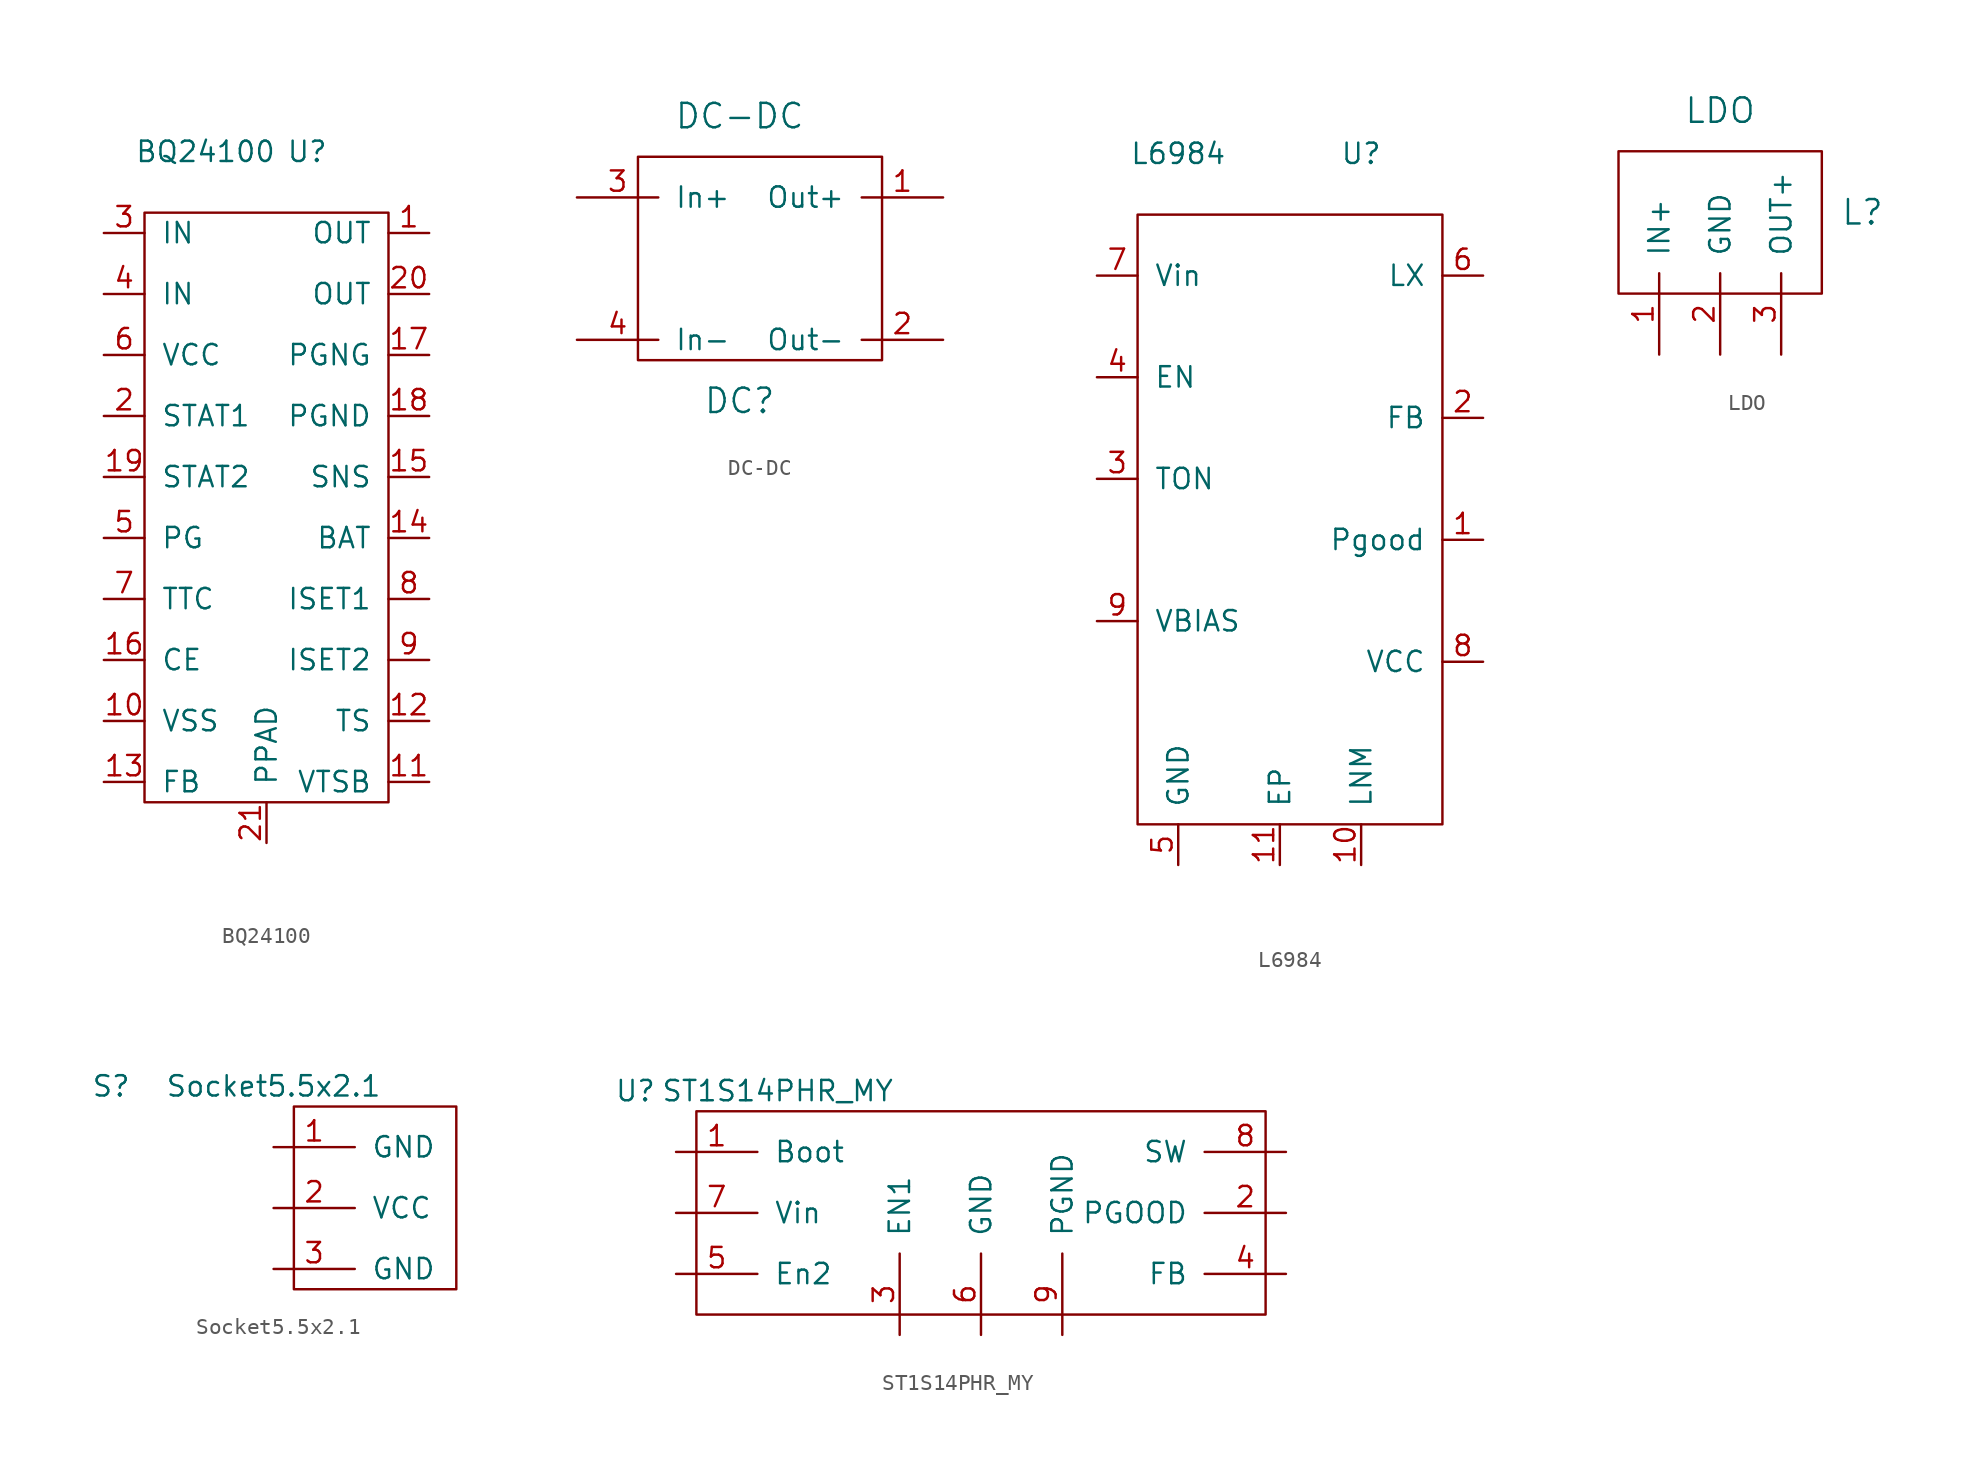
<source format=kicad_sym>
(kicad_symbol_lib
  (version 20211014)
  (generator kicad_symbol_editor)
  (symbol "BQ24100"
    (pin_names
      (offset 1.016))
    (property "Reference" "U"
      (at 1.27 22.86 0)
      (effects (font (size 1.27 1.27))))
    (property "Value" "BQ24100"
      (at -5.08 22.86 0)
      (effects (font (size 1.27 1.27))))
    (symbol "BQ24100_0_1"
      (rectangle (start -8.89 19.05) (end 6.35 -17.78) (stroke (width 0) (type default) (color 0 0 0 0)) (fill (type none))))
    (symbol "BQ24100_1_1"
      (pin input line (at 8.89 17.78 180) (length 2.54) (name "OUT" (effects (font (size 1.27 1.27)))) (number "1" (effects (font (size 1.27 1.27)))))
      (pin input line (at -11.43 -12.7 0) (length 2.54) (name "VSS" (effects (font (size 1.27 1.27)))) (number "10" (effects (font (size 1.27 1.27)))))
      (pin input line (at 8.89 -16.51 180) (length 2.54) (name "VTSB" (effects (font (size 1.27 1.27)))) (number "11" (effects (font (size 1.27 1.27)))))
      (pin input line (at 8.89 -12.7 180) (length 2.54) (name "TS" (effects (font (size 1.27 1.27)))) (number "12" (effects (font (size 1.27 1.27)))))
      (pin input line (at -11.43 -16.51 0) (length 2.54) (name "FB" (effects (font (size 1.27 1.27)))) (number "13" (effects (font (size 1.27 1.27)))))
      (pin input line (at 8.89 -1.27 180) (length 2.54) (name "BAT" (effects (font (size 1.27 1.27)))) (number "14" (effects (font (size 1.27 1.27)))))
      (pin input line (at 8.89 2.54 180) (length 2.54) (name "SNS" (effects (font (size 1.27 1.27)))) (number "15" (effects (font (size 1.27 1.27)))))
      (pin input line (at -11.43 -8.89 0) (length 2.54) (name "CE" (effects (font (size 1.27 1.27)))) (number "16" (effects (font (size 1.27 1.27)))))
      (pin input line (at 8.89 10.16 180) (length 2.54) (name "PGNG" (effects (font (size 1.27 1.27)))) (number "17" (effects (font (size 1.27 1.27)))))
      (pin input line (at 8.89 6.35 180) (length 2.54) (name "PGND" (effects (font (size 1.27 1.27)))) (number "18" (effects (font (size 1.27 1.27)))))
      (pin input line (at -11.43 2.54 0) (length 2.54) (name "STAT2" (effects (font (size 1.27 1.27)))) (number "19" (effects (font (size 1.27 1.27)))))
      (pin input line (at -11.43 6.35 0) (length 2.54) (name "STAT1" (effects (font (size 1.27 1.27)))) (number "2" (effects (font (size 1.27 1.27)))))
      (pin input line (at 8.89 13.97 180) (length 2.54) (name "OUT" (effects (font (size 1.27 1.27)))) (number "20" (effects (font (size 1.27 1.27)))))
      (pin input line (at -1.27 -20.32 90) (length 2.54) (name "PPAD" (effects (font (size 1.27 1.27)))) (number "21" (effects (font (size 1.27 1.27)))))
      (pin input line (at -11.43 17.78 0) (length 2.54) (name "IN" (effects (font (size 1.27 1.27)))) (number "3" (effects (font (size 1.27 1.27)))))
      (pin input line (at -11.43 13.97 0) (length 2.54) (name "IN" (effects (font (size 1.27 1.27)))) (number "4" (effects (font (size 1.27 1.27)))))
      (pin input line (at -11.43 -1.27 0) (length 2.54) (name "PG" (effects (font (size 1.27 1.27)))) (number "5" (effects (font (size 1.27 1.27)))))
      (pin input line (at -11.43 10.16 0) (length 2.54) (name "VCC" (effects (font (size 1.27 1.27)))) (number "6" (effects (font (size 1.27 1.27)))))
      (pin input line (at -11.43 -5.08 0) (length 2.54) (name "TTC" (effects (font (size 1.27 1.27)))) (number "7" (effects (font (size 1.27 1.27)))))
      (pin input line (at 8.89 -5.08 180) (length 2.54) (name "ISET1" (effects (font (size 1.27 1.27)))) (number "8" (effects (font (size 1.27 1.27)))))
      (pin input line (at 8.89 -8.89 180) (length 2.54) (name "ISET2" (effects (font (size 1.27 1.27)))) (number "9" (effects (font (size 1.27 1.27)))))))
  (symbol "DC-DC"
    (pin_names
      (offset 1.016))
    (property "Reference" "DC"
      (at 1.27 -2.54 0)
      (effects (font (size 1.524 1.524))))
    (property "Value" "DC-DC"
      (at 1.27 15.24 0)
      (effects (font (size 1.524 1.524))))
    (symbol "DC-DC_0_1"
      (rectangle (start -5.08 12.7) (end 10.16 0) (stroke (width 0) (type default) (color 0 0 0 0)) (fill (type none))))
    (symbol "DC-DC_1_1"
      (pin output line (at 13.97 10.16 180) (length 5.08) (name "Out+" (effects (font (size 1.27 1.27)))) (number "1" (effects (font (size 1.27 1.27)))))
      (pin output line (at 13.97 1.27 180) (length 5.08) (name "Out-" (effects (font (size 1.27 1.27)))) (number "2" (effects (font (size 1.27 1.27)))))
      (pin input line (at -8.89 10.16 0) (length 5.08) (name "In+" (effects (font (size 1.27 1.27)))) (number "3" (effects (font (size 1.27 1.27)))))
      (pin input line (at -8.89 1.27 0) (length 5.08) (name "In-" (effects (font (size 1.27 1.27)))) (number "4" (effects (font (size 1.27 1.27)))))))
  (symbol "L6984"
    (pin_names
      (offset 1.016))
    (property "Reference" "U"
      (at 8.89 17.78 0)
      (effects (font (size 1.27 1.27))))
    (property "Value" "L6984"
      (at -2.54 17.78 0)
      (effects (font (size 1.27 1.27))))
    (symbol "L6984_0_1"
      (rectangle (start -5.08 13.97) (end 13.97 -24.13) (stroke (width 0) (type default) (color 0 0 0 0)) (fill (type none))))
    (symbol "L6984_1_1"
      (pin input line (at 16.51 -6.35 180) (length 2.54) (name "Pgood" (effects (font (size 1.27 1.27)))) (number "1" (effects (font (size 1.27 1.27)))))
      (pin input line (at 8.89 -26.67 90) (length 2.54) (name "LNM" (effects (font (size 1.27 1.27)))) (number "10" (effects (font (size 1.27 1.27)))))
      (pin input line (at 3.81 -26.67 90) (length 2.54) (name "EP" (effects (font (size 1.27 1.27)))) (number "11" (effects (font (size 1.27 1.27)))))
      (pin input line (at 16.51 1.27 180) (length 2.54) (name "FB" (effects (font (size 1.27 1.27)))) (number "2" (effects (font (size 1.27 1.27)))))
      (pin input line (at -7.62 -2.54 0) (length 2.54) (name "TON" (effects (font (size 1.27 1.27)))) (number "3" (effects (font (size 1.27 1.27)))))
      (pin input line (at -7.62 3.81 0) (length 2.54) (name "EN" (effects (font (size 1.27 1.27)))) (number "4" (effects (font (size 1.27 1.27)))))
      (pin input line (at -2.54 -26.67 90) (length 2.54) (name "GND" (effects (font (size 1.27 1.27)))) (number "5" (effects (font (size 1.27 1.27)))))
      (pin input line (at 16.51 10.16 180) (length 2.54) (name "LX" (effects (font (size 1.27 1.27)))) (number "6" (effects (font (size 1.27 1.27)))))
      (pin input line (at -7.62 10.16 0) (length 2.54) (name "Vin" (effects (font (size 1.27 1.27)))) (number "7" (effects (font (size 1.27 1.27)))))
      (pin input line (at 16.51 -13.97 180) (length 2.54) (name "VCC" (effects (font (size 1.27 1.27)))) (number "8" (effects (font (size 1.27 1.27)))))
      (pin input line (at -7.62 -11.43 0) (length 2.54) (name "VBIAS" (effects (font (size 1.27 1.27)))) (number "9" (effects (font (size 1.27 1.27)))))))
  (symbol "LDO"
    (pin_names
      (offset 1.016))
    (property "Reference" "L"
      (at 16.51 11.43 0)
      (effects (font (size 1.524 1.524))))
    (property "Value" "LDO"
      (at 7.62 17.78 0)
      (effects (font (size 1.524 1.524))))
    (symbol "LDO_0_1"
      (rectangle (start 1.27 15.24) (end 13.97 6.35) (stroke (width 0) (type default) (color 0 0 0 0)) (fill (type none))))
    (symbol "LDO_1_1"
      (pin output line (at 3.81 2.54 90) (length 5.08) (name "IN+" (effects (font (size 1.27 1.27)))) (number "1" (effects (font (size 1.27 1.27)))))
      (pin output line (at 7.62 2.54 90) (length 5.08) (name "GND" (effects (font (size 1.27 1.27)))) (number "2" (effects (font (size 1.27 1.27)))))
      (pin output line (at 11.43 2.54 90) (length 5.08) (name "OUT+" (effects (font (size 1.27 1.27)))) (number "3" (effects (font (size 1.27 1.27)))))))
  (symbol "Socket5.5x2.1"
    (pin_names
      (offset 1.016))
    (property "Reference" "S"
      (at -10.16 5.08 0)
      (effects (font (size 1.27 1.27))))
    (property "Value" "Socket5.5x2.1"
      (at 0 5.08 0)
      (effects (font (size 1.27 1.27))))
    (symbol "Socket5.5x2.1_0_1"
      (rectangle (start 1.27 3.81) (end 11.43 -7.62) (stroke (width 0) (type default) (color 0 0 0 0)) (fill (type none))))
    (symbol "Socket5.5x2.1_1_1"
      (pin input line (at 0 1.27 0) (length 5.08) (name "GND" (effects (font (size 1.27 1.27)))) (number "1" (effects (font (size 1.27 1.27)))))
      (pin input line (at 0 -2.54 0) (length 5.08) (name "VCC" (effects (font (size 1.27 1.27)))) (number "2" (effects (font (size 1.27 1.27)))))
      (pin input line (at 0 -6.35 0) (length 5.08) (name "GND" (effects (font (size 1.27 1.27)))) (number "3" (effects (font (size 1.27 1.27)))))))
  (symbol "ST1S14PHR_MY"
    (pin_names
      (offset 1.016))
    (property "Reference" "U"
      (at -8.89 6.35 0)
      (effects (font (size 1.27 1.27))))
    (property "Value" "ST1S14PHR_MY"
      (at 0 6.35 0)
      (effects (font (size 1.27 1.27))))
    (symbol "ST1S14PHR_MY_0_1"
      (rectangle (start -5.08 5.08) (end 30.48 -7.62) (stroke (width 0) (type default) (color 0 0 0 0)) (fill (type none))))
    (symbol "ST1S14PHR_MY_1_1"
      (pin input line (at -6.35 2.54 0) (length 5.08) (name "Boot" (effects (font (size 1.27 1.27)))) (number "1" (effects (font (size 1.27 1.27)))))
      (pin input line (at 31.75 -1.27 180) (length 5.08) (name "PGOOD" (effects (font (size 1.27 1.27)))) (number "2" (effects (font (size 1.27 1.27)))))
      (pin input line (at 7.62 -8.89 90) (length 5.08) (name "EN1" (effects (font (size 1.27 1.27)))) (number "3" (effects (font (size 1.27 1.27)))))
      (pin input line (at 31.75 -5.08 180) (length 5.08) (name "FB" (effects (font (size 1.27 1.27)))) (number "4" (effects (font (size 1.27 1.27)))))
      (pin input line (at -6.35 -5.08 0) (length 5.08) (name "En2" (effects (font (size 1.27 1.27)))) (number "5" (effects (font (size 1.27 1.27)))))
      (pin input line (at 12.7 -8.89 90) (length 5.08) (name "GND" (effects (font (size 1.27 1.27)))) (number "6" (effects (font (size 1.27 1.27)))))
      (pin input line (at -6.35 -1.27 0) (length 5.08) (name "Vin" (effects (font (size 1.27 1.27)))) (number "7" (effects (font (size 1.27 1.27)))))
      (pin input line (at 31.75 2.54 180) (length 5.08) (name "SW" (effects (font (size 1.27 1.27)))) (number "8" (effects (font (size 1.27 1.27)))))
      (pin input line (at 17.78 -8.89 90) (length 5.08) (name "PGND" (effects (font (size 1.27 1.27)))) (number "9" (effects (font (size 1.27 1.27))))))))
</source>
